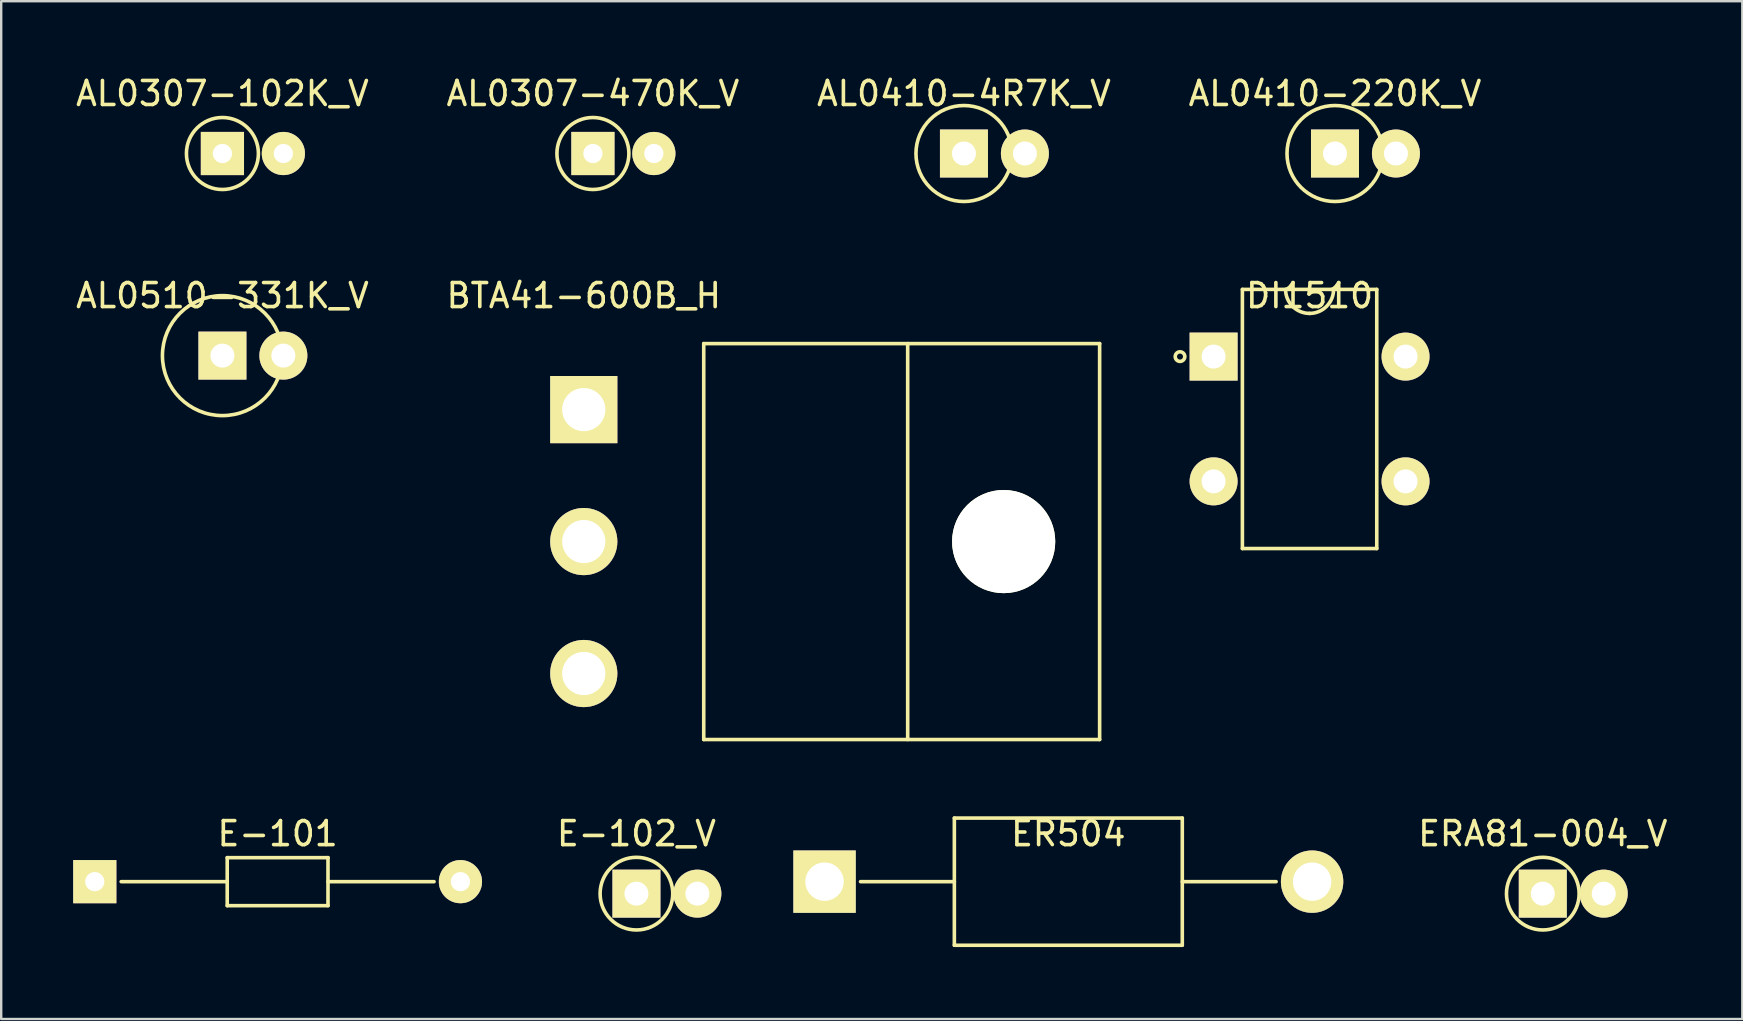
<source format=kicad_pcb>
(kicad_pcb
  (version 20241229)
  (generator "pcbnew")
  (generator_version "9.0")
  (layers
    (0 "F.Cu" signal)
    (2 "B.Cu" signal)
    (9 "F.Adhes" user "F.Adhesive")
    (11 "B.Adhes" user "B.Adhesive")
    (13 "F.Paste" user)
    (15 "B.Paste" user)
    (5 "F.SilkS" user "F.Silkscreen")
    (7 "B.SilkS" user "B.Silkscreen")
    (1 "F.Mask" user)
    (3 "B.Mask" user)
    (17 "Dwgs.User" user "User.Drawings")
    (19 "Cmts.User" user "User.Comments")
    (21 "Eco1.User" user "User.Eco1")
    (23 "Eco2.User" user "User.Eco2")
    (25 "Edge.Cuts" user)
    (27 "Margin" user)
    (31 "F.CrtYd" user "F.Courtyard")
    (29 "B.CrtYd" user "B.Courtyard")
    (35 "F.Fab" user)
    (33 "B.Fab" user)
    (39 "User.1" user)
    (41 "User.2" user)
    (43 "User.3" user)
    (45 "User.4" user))
  (footprint "E-101"
    (layer "F.Cu")
    (at 0.9 33.695)
    (property "Reference" "E-101" (at 7.62 -2 0) (layer "F.SilkS") (effects (font (size 1 1) (thickness 0.15))))
    (attr through_hole)
    (fp_line (start 1.1 0) (end 5.52 0) (stroke (width 0.15) (type solid)) (layer "F.SilkS"))
    (fp_line (start 5.52 -1) (end 5.52 1) (stroke (width 0.15) (type solid)) (layer "F.SilkS"))
    (fp_line (start 5.52 -1) (end 9.72 -1) (stroke (width 0.15) (type solid)) (layer "F.SilkS"))
    (fp_line (start 5.52 1) (end 9.72 1) (stroke (width 0.15) (type solid)) (layer "F.SilkS"))
    (fp_line (start 9.72 0) (end 14.14 0) (stroke (width 0.15) (type solid)) (layer "F.SilkS"))
    (fp_line (start 9.72 1) (end 9.72 -1) (stroke (width 0.15) (type solid)) (layer "F.SilkS"))
    (pad "1" thru_hole rect (at 0 0) (size 1.8 1.8) (drill 0.8) (layers "*.Cu" "*.Mask" "F.SilkS"))
    (pad "2" thru_hole circle (at 15.24 0) (size 1.8 1.8) (drill 0.8) (layers "*.Cu" "*.Mask" "F.SilkS")))
  (footprint "AL0307-102K_V"
    (layer "F.Cu")
    (at 6.22 3.348)
    (property "Reference" "AL0307-102K_V" (at 0 -2.5 0) (layer "F.SilkS") (effects (font (size 1 1) (thickness 0.15))))
    (attr through_hole)
    (fp_circle (center 0 0) (end 0 -1.5) (stroke (width 0.15) (type solid)) (fill no) (layer "F.SilkS"))
    (pad "1" thru_hole rect (at 0 0) (size 1.8 1.8) (drill 0.8) (layers "*.Cu" "*.Mask" "F.SilkS"))
    (pad "2" thru_hole circle (at 2.54 0) (size 1.8 1.8) (drill 0.8) (layers "*.Cu" "*.Mask" "F.SilkS")))
  (footprint "AL0410-4R7K_V"
    (layer "F.Cu")
    (at 37.125 3.348)
    (property "Reference" "AL0410-4R7K_V" (at 0 -2.5 0) (layer "F.SilkS") (effects (font (size 1 1) (thickness 0.15))))
    (attr through_hole)
    (fp_circle (center 0 0) (end 0 -2) (stroke (width 0.15) (type solid)) (fill no) (layer "F.SilkS"))
    (pad "1" thru_hole rect (at 0 0) (size 2 2) (drill 1) (layers "*.Cu" "*.Mask" "F.SilkS"))
    (pad "2" thru_hole circle (at 2.54 0) (size 2 2) (drill 1) (layers "*.Cu" "*.Mask" "F.SilkS")))
  (footprint "ERA81-004_V"
    (layer "F.Cu")
    (at 61.25 34.195)
    (property "Reference" "ERA81-004_V" (at 0 -2.5 0) (layer "F.SilkS") (effects (font (size 1 1) (thickness 0.15))))
    (attr through_hole)
    (fp_circle (center 0 0) (end 0 -1.514) (stroke (width 0.15) (type solid)) (fill no) (layer "F.SilkS"))
    (pad "1" thru_hole rect (at 0 0) (size 2 2) (drill 1) (layers "*.Cu" "*.Mask" "F.SilkS"))
    (pad "2" thru_hole circle (at 2.54 0) (size 2 2) (drill 1) (layers "*.Cu" "*.Mask" "F.SilkS")))
  (footprint "BTA41-600B_H"
    (layer "F.Cu")
    (at 21.28 14.021)
    (property "Reference" "BTA41-600B_H" (at 0 -4.75 0) (layer "F.SilkS") (effects (font (size 1 1) (thickness 0.15))))
    (attr through_hole)
    (fp_line (start 5 -2.75) (end 5 13.75) (stroke (width 0.15) (type solid)) (layer "F.SilkS"))
    (fp_line (start 5 -2.75) (end 21.5 -2.75) (stroke (width 0.15) (type solid)) (layer "F.SilkS"))
    (fp_line (start 5 13.75) (end 21.5 13.75) (stroke (width 0.15) (type solid)) (layer "F.SilkS"))
    (fp_line (start 13.5 -2.75) (end 13.5 13.75) (stroke (width 0.15) (type solid)) (layer "F.SilkS"))
    (fp_line (start 21.5 -2.75) (end 21.5 13.75) (stroke (width 0.15) (type solid)) (layer "F.SilkS"))
    (pad "" np_thru_hole circle (at 17.5 5.5) (size 4.3 4.3) (drill 4.3) (layers "*.Cu" "*.Mask" "F.SilkS"))
    (pad "1" thru_hole rect (at 0 0) (size 2.8 2.8) (drill 1.8) (layers "*.Cu" "*.Mask" "F.SilkS"))
    (pad "2" thru_hole circle (at 0 5.5) (size 2.8 2.8) (drill 1.8) (layers "*.Cu" "*.Mask" "F.SilkS"))
    (pad "3" thru_hole circle (at 0 11) (size 2.8 2.8) (drill 1.8) (layers "*.Cu" "*.Mask" "F.SilkS")))
  (footprint "AL0410-220K_V"
    (layer "F.Cu")
    (at 52.589 3.348)
    (property "Reference" "AL0410-220K_V" (at 0 -2.5 0) (layer "F.SilkS") (effects (font (size 1 1) (thickness 0.15))))
    (attr through_hole)
    (fp_circle (center 0 0) (end 0 -2) (stroke (width 0.15) (type solid)) (fill no) (layer "F.SilkS"))
    (pad "1" thru_hole rect (at 0 0) (size 2 2) (drill 1) (layers "*.Cu" "*.Mask" "F.SilkS"))
    (pad "2" thru_hole circle (at 2.54 0) (size 2 2) (drill 1) (layers "*.Cu" "*.Mask" "F.SilkS")))
  (footprint "ER504"
    (layer "F.Cu")
    (at 31.315 33.695)
    (property "Reference" "ER504" (at 10.16 -2 0) (layer "F.SilkS") (effects (font (size 1 1) (thickness 0.15))))
    (attr through_hole)
    (fp_line (start 1.5 0) (end 5.41 0) (stroke (width 0.15) (type solid)) (layer "F.SilkS"))
    (fp_line (start 5.41 -2.65) (end 5.41 2.65) (stroke (width 0.15) (type solid)) (layer "F.SilkS"))
    (fp_line (start 5.41 -2.65) (end 14.91 -2.65) (stroke (width 0.15) (type solid)) (layer "F.SilkS"))
    (fp_line (start 5.41 2.65) (end 14.91 2.65) (stroke (width 0.15) (type solid)) (layer "F.SilkS"))
    (fp_line (start 14.91 0) (end 18.82 0) (stroke (width 0.15) (type solid)) (layer "F.SilkS"))
    (fp_line (start 14.91 2.65) (end 14.91 -2.65) (stroke (width 0.15) (type solid)) (layer "F.SilkS"))
    (pad "1" thru_hole rect (at 0 0) (size 2.6 2.6) (drill 1.6) (layers "*.Cu" "*.Mask" "F.SilkS"))
    (pad "2" thru_hole circle (at 20.32 0) (size 2.6 2.6) (drill 1.6) (layers "*.Cu" "*.Mask" "F.SilkS")))
  (footprint "AL0307-470K_V"
    (layer "F.Cu")
    (at 21.661 3.348)
    (property "Reference" "AL0307-470K_V" (at 0 -2.5 0) (layer "F.SilkS") (effects (font (size 1 1) (thickness 0.15))))
    (attr through_hole)
    (fp_circle (center 0 0) (end 0 -1.5) (stroke (width 0.15) (type solid)) (fill no) (layer "F.SilkS"))
    (pad "1" thru_hole rect (at 0 0) (size 1.8 1.8) (drill 0.8) (layers "*.Cu" "*.Mask" "F.SilkS"))
    (pad "2" thru_hole circle (at 2.54 0) (size 1.8 1.8) (drill 0.8) (layers "*.Cu" "*.Mask" "F.SilkS")))
  (footprint "AL0510-331K_V"
    (layer "F.Cu")
    (at 6.22 11.771)
    (property "Reference" "AL0510-331K_V" (at 0 -2.5 0) (layer "F.SilkS") (effects (font (size 1 1) (thickness 0.15))))
    (attr through_hole)
    (fp_circle (center 0 0) (end 0 -2.5) (stroke (width 0.15) (type solid)) (fill no) (layer "F.SilkS"))
    (pad "1" thru_hole rect (at 0 0) (size 2 2) (drill 1) (layers "*.Cu" "*.Mask" "F.SilkS"))
    (pad "2" thru_hole circle (at 2.54 0) (size 2 2) (drill 1) (layers "*.Cu" "*.Mask" "F.SilkS")))
  (footprint "E-102_V"
    (layer "F.Cu")
    (at 23.475 34.195)
    (property "Reference" "E-102_V" (at 0 -2.5 0) (layer "F.SilkS") (effects (font (size 1 1) (thickness 0.15))))
    (attr through_hole)
    (fp_circle (center 0 0) (end 0 -1.514) (stroke (width 0.15) (type solid)) (fill no) (layer "F.SilkS"))
    (pad "1" thru_hole rect (at 0 0) (size 2 2) (drill 1) (layers "*.Cu" "*.Mask" "F.SilkS"))
    (pad "2" thru_hole circle (at 2.54 0) (size 2 2) (drill 1) (layers "*.Cu" "*.Mask" "F.SilkS")))
  (footprint "DI1510"
    (layer "F.Cu")
    (at 47.53 11.812)
    (property "Reference" "DI1510" (at 4 -2.54 0) (layer "F.SilkS") (effects (font (size 1 1) (thickness 0.15))))
    (attr through_hole)
    (fp_line (start 1.2 -2.8) (end 6.8 -2.8) (stroke (width 0.15) (type solid)) (layer "F.SilkS"))
    (fp_line (start 1.2 8) (end 1.2 -2.8) (stroke (width 0.15) (type solid)) (layer "F.SilkS"))
    (fp_line (start 6.8 -2.8) (end 6.8 8) (stroke (width 0.15) (type solid)) (layer "F.SilkS"))
    (fp_line (start 6.8 8) (end 1.2 8) (stroke (width 0.15) (type solid)) (layer "F.SilkS"))
    (fp_arc (start 4 -1.8) (mid 3.292893 -2.092893) (end 3 -2.8) (stroke (width 0.15) (type solid)) (layer "F.SilkS"))
    (fp_arc (start 5 -2.8) (mid 4.707107 -2.092893) (end 4 -1.8) (stroke (width 0.15) (type solid)) (layer "F.SilkS"))
    (fp_circle (center -1.4 0) (end -1.4 0.2) (stroke (width 0.15) (type solid)) (fill no) (layer "F.SilkS"))
    (pad "1" thru_hole rect (at 0 0) (size 2 2) (drill 1) (layers "*.Cu" "*.Mask" "F.SilkS"))
    (pad "2" thru_hole circle (at 0 5.2) (size 2 2) (drill 1) (layers "*.Cu" "*.Mask" "F.SilkS"))
    (pad "3" thru_hole circle (at 8 5.2) (size 2 2) (drill 1) (layers "*.Cu" "*.Mask" "F.SilkS"))
    (pad "4" thru_hole circle (at 8 0) (size 2 2) (drill 1) (layers "*.Cu" "*.Mask" "F.SilkS")))
  (gr_rect
    (start -3 -3)
    (end 69.565 39.42)
    (stroke (width 0.1) (type default))
    (fill no)
    (layer "Edge.Cuts")))
</source>
